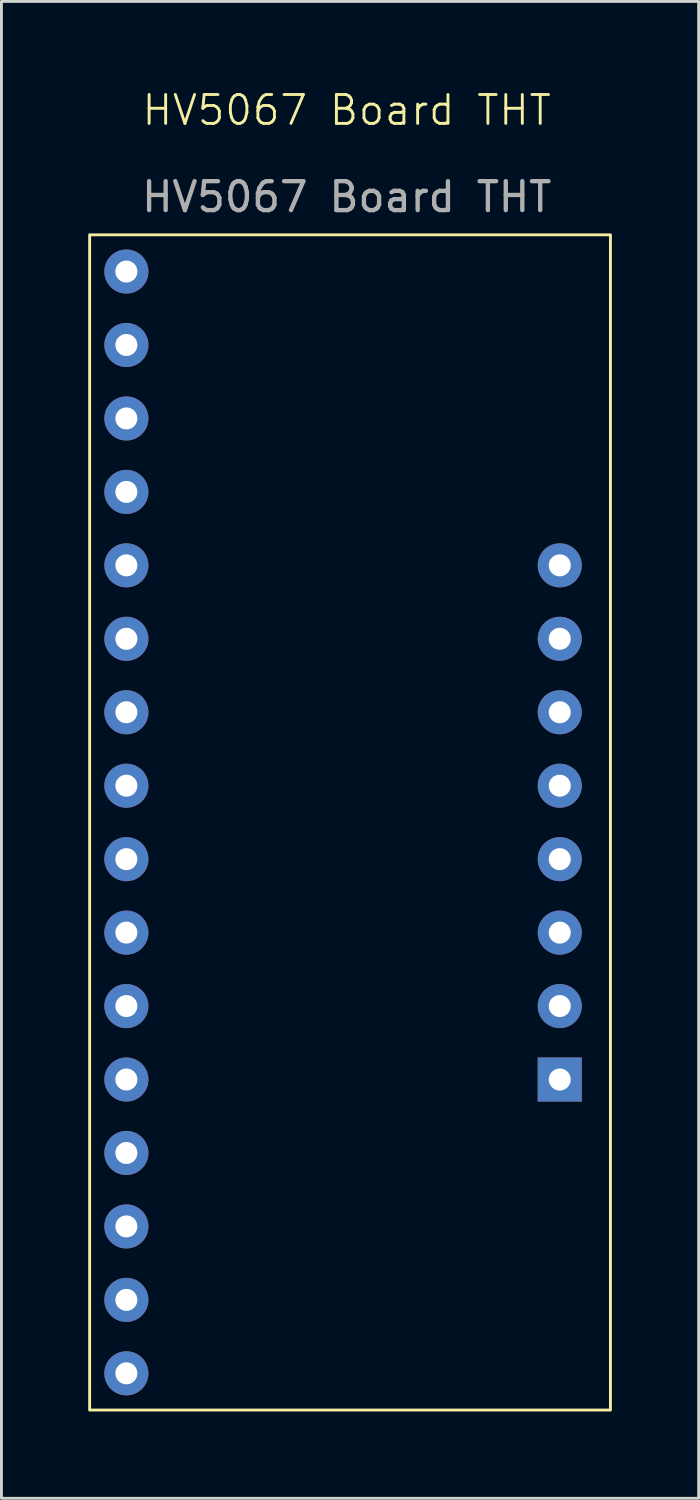
<source format=kicad_pcb>
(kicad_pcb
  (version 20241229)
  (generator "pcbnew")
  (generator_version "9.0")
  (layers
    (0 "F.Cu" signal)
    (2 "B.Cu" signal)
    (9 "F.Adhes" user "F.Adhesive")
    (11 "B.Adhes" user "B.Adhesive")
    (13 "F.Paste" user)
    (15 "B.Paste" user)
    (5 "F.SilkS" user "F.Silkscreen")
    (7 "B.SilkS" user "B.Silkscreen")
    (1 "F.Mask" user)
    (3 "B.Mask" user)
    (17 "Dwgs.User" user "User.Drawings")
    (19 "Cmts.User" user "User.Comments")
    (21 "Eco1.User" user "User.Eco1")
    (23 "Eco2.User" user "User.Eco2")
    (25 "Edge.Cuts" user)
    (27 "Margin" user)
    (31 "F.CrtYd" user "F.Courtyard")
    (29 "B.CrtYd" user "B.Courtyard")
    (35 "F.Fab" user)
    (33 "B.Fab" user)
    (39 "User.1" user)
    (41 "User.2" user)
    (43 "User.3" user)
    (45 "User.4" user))
  (footprint "HV5067 Board THT"
    (layer "F.Cu")
    (at 8.94 1.26)
    (property "Reference" "HV5067 Board THT" (at 0 -0.5 0) (unlocked yes) (layer "F.SilkS") (effects (font (size 1 1) (thickness 0.1))))
    (attr through_hole)
    (fp_rect (start -8.89 3.81) (end 9.119 44.45) (stroke (width 0.1) (type default)) (fill no) (layer "F.SilkS"))
    (fp_text user "${REFERENCE}" (at 0 2.5 0) (unlocked yes) (layer "F.Fab") (effects (font (size 1 1) (thickness 0.15))))
    (pad "1" thru_hole circle (at 7.366 15.24) (size 1.524 1.524) (drill 0.762) (layers "*.Cu" "*.Mask"))
    (pad "2" thru_hole circle (at 7.366 17.78) (size 1.524 1.524) (drill 0.762) (layers "*.Cu" "*.Mask"))
    (pad "3" thru_hole circle (at 7.366 20.32) (size 1.524 1.524) (drill 0.762) (layers "*.Cu" "*.Mask"))
    (pad "4" thru_hole circle (at 7.366 22.86) (size 1.524 1.524) (drill 0.762) (layers "*.Cu" "*.Mask"))
    (pad "5" thru_hole circle (at 7.366 25.4) (size 1.524 1.524) (drill 0.762) (layers "*.Cu" "*.Mask"))
    (pad "6" thru_hole circle (at 7.366 27.94) (size 1.524 1.524) (drill 0.762) (layers "*.Cu" "*.Mask"))
    (pad "7" thru_hole circle (at 7.366 30.48) (size 1.524 1.524) (drill 0.762) (layers "*.Cu" "*.Mask"))
    (pad "8" thru_hole rect (at 7.366 33.02) (size 1.524 1.524) (drill 0.762) (layers "*.Cu" "*.Mask"))
    (pad "9" thru_hole circle (at -7.62 43.18) (size 1.524 1.524) (drill 0.762) (layers "*.Cu" "*.Mask"))
    (pad "10" thru_hole circle (at -7.62 40.64) (size 1.524 1.524) (drill 0.762) (layers "*.Cu" "*.Mask"))
    (pad "11" thru_hole circle (at -7.62 38.1) (size 1.524 1.524) (drill 0.762) (layers "*.Cu" "*.Mask"))
    (pad "12" thru_hole circle (at -7.62 35.56) (size 1.524 1.524) (drill 0.762) (layers "*.Cu" "*.Mask"))
    (pad "13" thru_hole circle (at -7.62 33.02) (size 1.524 1.524) (drill 0.762) (layers "*.Cu" "*.Mask"))
    (pad "14" thru_hole circle (at -7.62 30.48) (size 1.524 1.524) (drill 0.762) (layers "*.Cu" "*.Mask"))
    (pad "15" thru_hole circle (at -7.62 27.94) (size 1.524 1.524) (drill 0.762) (layers "*.Cu" "*.Mask"))
    (pad "16" thru_hole circle (at -7.62 25.4) (size 1.524 1.524) (drill 0.762) (layers "*.Cu" "*.Mask"))
    (pad "17" thru_hole circle (at -7.62 22.86) (size 1.524 1.524) (drill 0.762) (layers "*.Cu" "*.Mask"))
    (pad "18" thru_hole circle (at -7.62 20.32) (size 1.524 1.524) (drill 0.762) (layers "*.Cu" "*.Mask"))
    (pad "19" thru_hole circle (at -7.62 17.78) (size 1.524 1.524) (drill 0.762) (layers "*.Cu" "*.Mask"))
    (pad "20" thru_hole circle (at -7.62 15.24) (size 1.524 1.524) (drill 0.762) (layers "*.Cu" "*.Mask"))
    (pad "21" thru_hole circle (at -7.62 12.7) (size 1.524 1.524) (drill 0.762) (layers "*.Cu" "*.Mask"))
    (pad "22" thru_hole circle (at -7.62 10.16) (size 1.524 1.524) (drill 0.762) (layers "*.Cu" "*.Mask"))
    (pad "23" thru_hole circle (at -7.62 7.62) (size 1.524 1.524) (drill 0.762) (layers "*.Cu" "*.Mask"))
    (pad "24" thru_hole circle (at -7.62 5.08) (size 1.524 1.524) (drill 0.762) (layers "*.Cu" "*.Mask")))
  (gr_rect
    (start -3 -3)
    (end 21.109 48.761)
    (stroke (width 0.1) (type default))
    (fill no)
    (layer "Edge.Cuts")))
</source>
